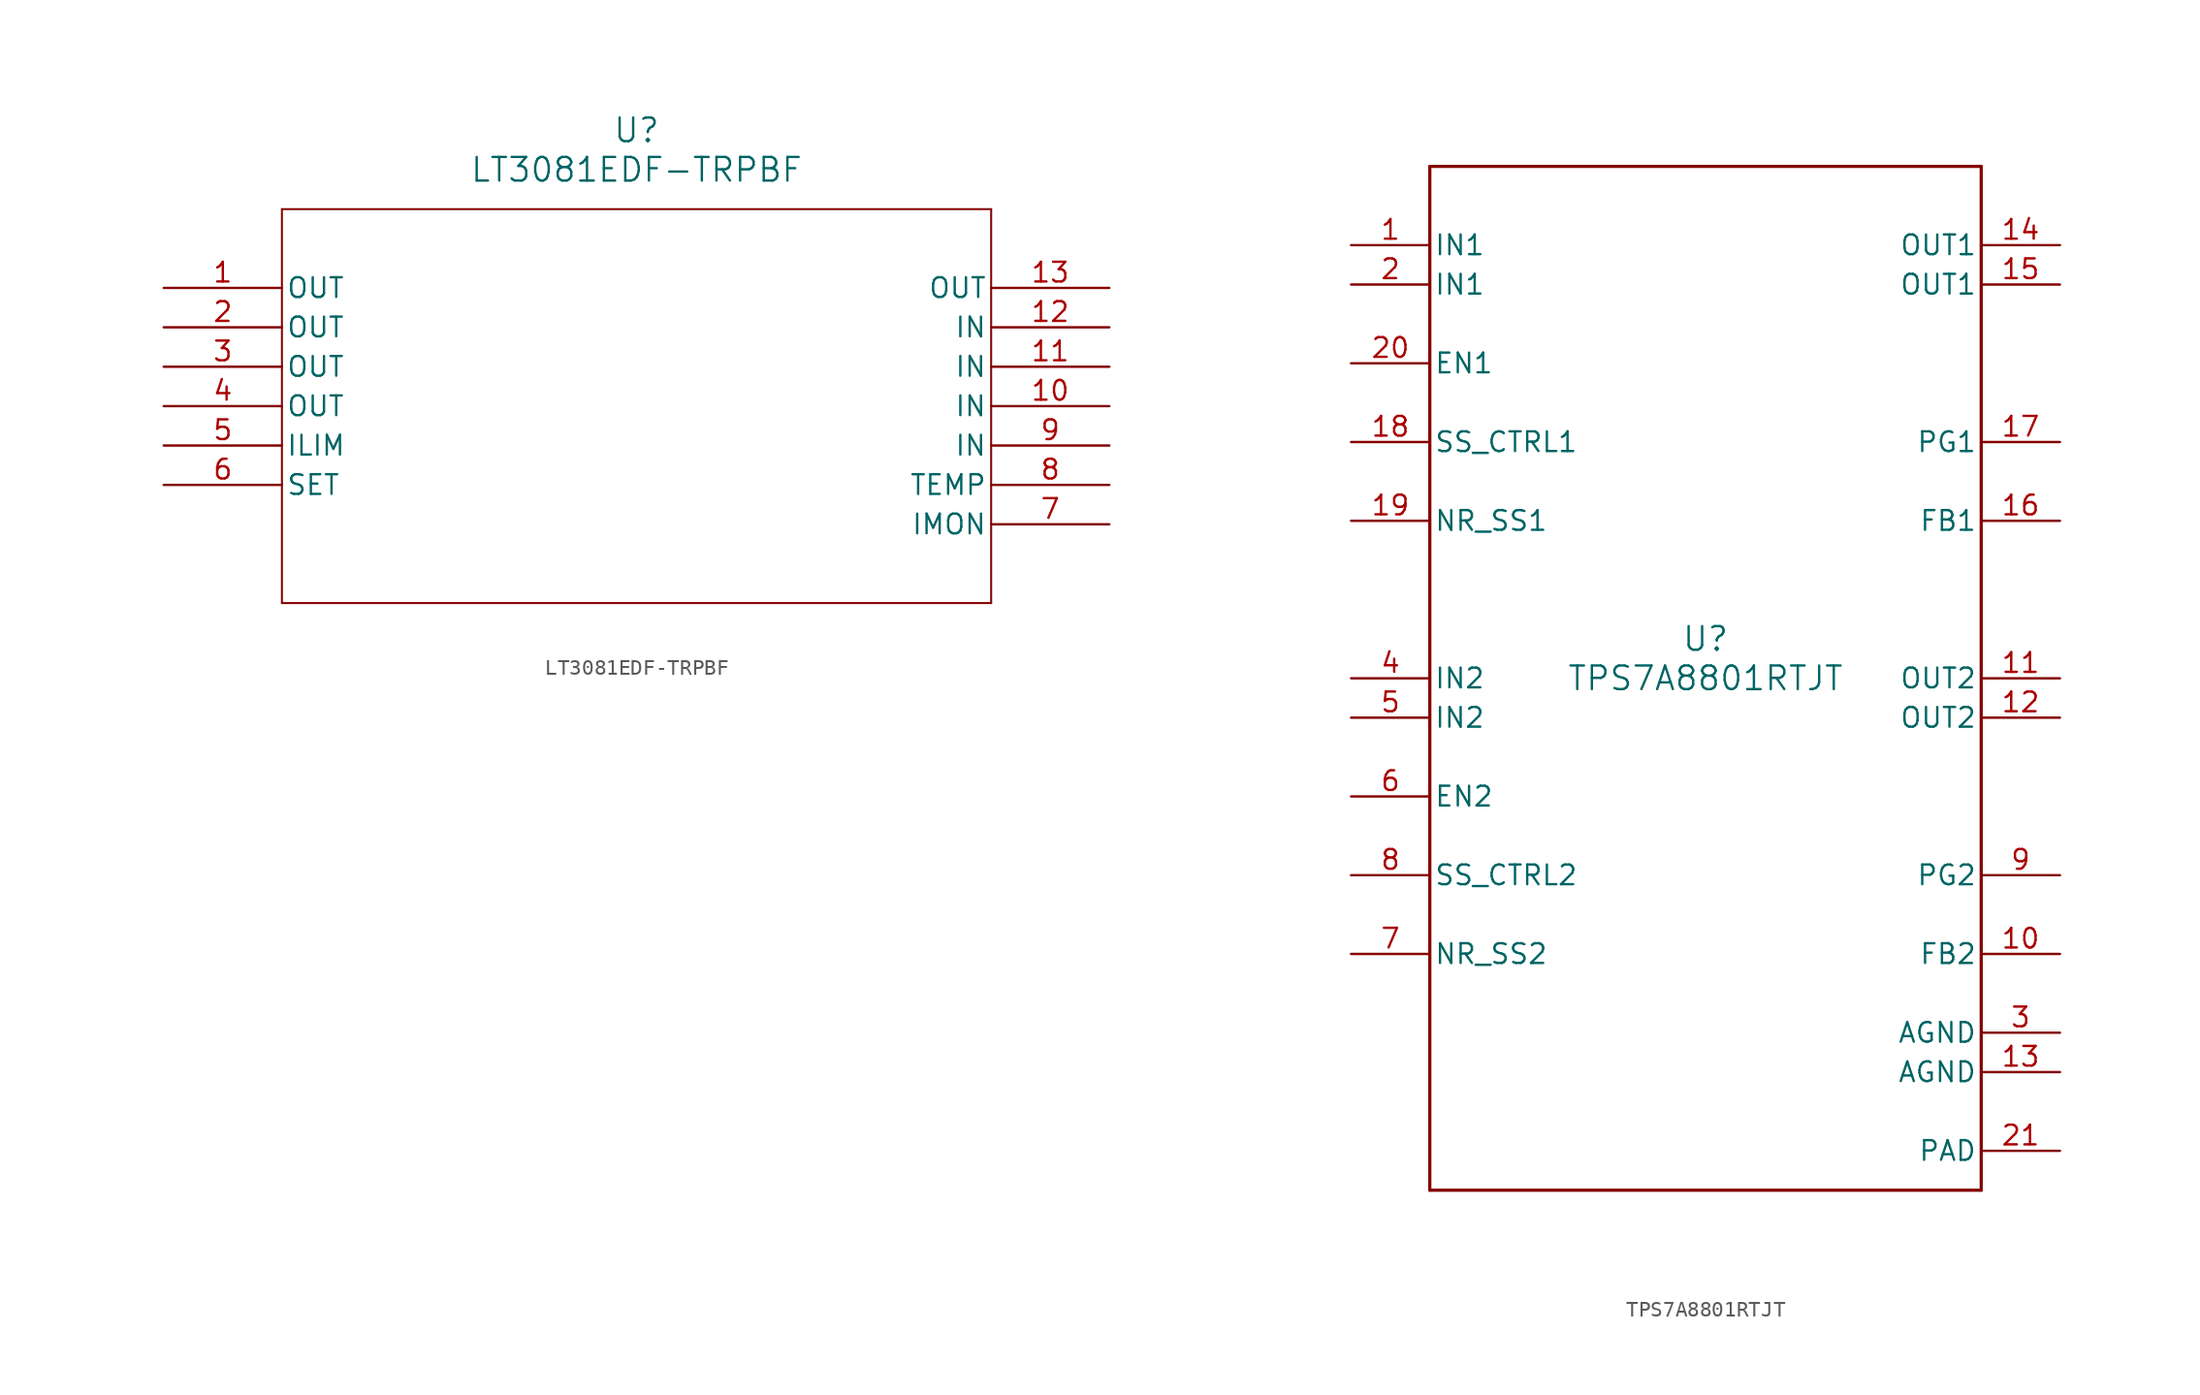
<source format=kicad_sym>
(kicad_symbol_lib
  (version 20241209)
  (generator "kicad_symbol_editor")
  (generator_version "9.0")
  (symbol "LT3081EDF-TRPBF"
    (pin_names
      (offset 0.254))
    (property "Reference" "U"
      (at 30.48 10.16 0)
      (effects (font (size 1.524 1.524))))
    (property "Value" "LT3081EDF-TRPBF"
      (at 30.48 7.62 0)
      (effects (font (size 1.524 1.524))))
    (property "ki_locked" ""
      (at 0 0 0)
      (effects (font (size 1.27 1.27))))
    (symbol "LT3081EDF-TRPBF_0_1"
      (polyline (pts (xy 7.62 5.08) (xy 7.62 -20.32)) (stroke (width 0.127) (type default)) (fill (type none)))
      (polyline (pts (xy 7.62 -20.32) (xy 53.34 -20.32)) (stroke (width 0.127) (type default)) (fill (type none)))
      (polyline (pts (xy 53.34 5.08) (xy 7.62 5.08)) (stroke (width 0.127) (type default)) (fill (type none)))
      (polyline (pts (xy 53.34 -20.32) (xy 53.34 5.08)) (stroke (width 0.127) (type default)) (fill (type none)))
      (pin output line (at 0 0 0) (length 7.62) (name "OUT" (effects (font (size 1.27 1.27)))) (number "1" (effects (font (size 1.27 1.27)))))
      (pin output line (at 0 -2.54 0) (length 7.62) (name "OUT" (effects (font (size 1.27 1.27)))) (number "2" (effects (font (size 1.27 1.27)))))
      (pin output line (at 0 -5.08 0) (length 7.62) (name "OUT" (effects (font (size 1.27 1.27)))) (number "3" (effects (font (size 1.27 1.27)))))
      (pin output line (at 0 -7.62 0) (length 7.62) (name "OUT" (effects (font (size 1.27 1.27)))) (number "4" (effects (font (size 1.27 1.27)))))
      (pin unspecified line (at 0 -10.16 0) (length 7.62) (name "ILIM" (effects (font (size 1.27 1.27)))) (number "5" (effects (font (size 1.27 1.27)))))
      (pin unspecified line (at 0 -12.7 0) (length 7.62) (name "SET" (effects (font (size 1.27 1.27)))) (number "6" (effects (font (size 1.27 1.27)))))
      (pin output line (at 60.96 0 180) (length 7.62) (name "OUT" (effects (font (size 1.27 1.27)))) (number "13" (effects (font (size 1.27 1.27)))))
      (pin input line (at 60.96 -2.54 180) (length 7.62) (name "IN" (effects (font (size 1.27 1.27)))) (number "12" (effects (font (size 1.27 1.27)))))
      (pin input line (at 60.96 -5.08 180) (length 7.62) (name "IN" (effects (font (size 1.27 1.27)))) (number "11" (effects (font (size 1.27 1.27)))))
      (pin input line (at 60.96 -7.62 180) (length 7.62) (name "IN" (effects (font (size 1.27 1.27)))) (number "10" (effects (font (size 1.27 1.27)))))
      (pin input line (at 60.96 -10.16 180) (length 7.62) (name "IN" (effects (font (size 1.27 1.27)))) (number "9" (effects (font (size 1.27 1.27)))))
      (pin unspecified line (at 60.96 -12.7 180) (length 7.62) (name "TEMP" (effects (font (size 1.27 1.27)))) (number "8" (effects (font (size 1.27 1.27)))))
      (pin unspecified line (at 60.96 -15.24 180) (length 7.62) (name "IMON" (effects (font (size 1.27 1.27)))) (number "7" (effects (font (size 1.27 1.27)))))))
  (symbol "TPS7A8801RTJT"
    (pin_names
      (offset 0.254))
    (property "Reference" "U"
      (at 0 2.54 0)
      (effects (font (size 1.524 1.524))))
    (property "Value" "TPS7A8801RTJT"
      (at 0 0 0)
      (effects (font (size 1.524 1.524))))
    (property "ki_locked" ""
      (at 0 0 0)
      (effects (font (size 1.27 1.27))))
    (symbol "TPS7A8801RTJT_0_1"
      (polyline (pts (xy -17.78 33.02) (xy -17.78 -33.02)) (stroke (width 0.203) (type default)) (fill (type none)))
      (polyline (pts (xy -17.78 -33.02) (xy 17.78 -33.02)) (stroke (width 0.203) (type default)) (fill (type none)))
      (polyline (pts (xy 17.78 33.02) (xy -17.78 33.02)) (stroke (width 0.203) (type default)) (fill (type none)))
      (polyline (pts (xy 17.78 -33.02) (xy 17.78 33.02)) (stroke (width 0.203) (type default)) (fill (type none)))
      (pin power_in line (at -22.86 27.94 0) (length 5.08) (name "IN1" (effects (font (size 1.27 1.27)))) (number "1" (effects (font (size 1.27 1.27)))))
      (pin power_in line (at -22.86 25.4 0) (length 5.08) (name "IN1" (effects (font (size 1.27 1.27)))) (number "2" (effects (font (size 1.27 1.27)))))
      (pin input line (at -22.86 20.32 0) (length 5.08) (name "EN1" (effects (font (size 1.27 1.27)))) (number "20" (effects (font (size 1.27 1.27)))))
      (pin input line (at -22.86 15.24 0) (length 5.08) (name "SS_CTRL1" (effects (font (size 1.27 1.27)))) (number "18" (effects (font (size 1.27 1.27)))))
      (pin input line (at -22.86 10.16 0) (length 5.08) (name "NR_SS1" (effects (font (size 1.27 1.27)))) (number "19" (effects (font (size 1.27 1.27)))))
      (pin power_in line (at -22.86 0 0) (length 5.08) (name "IN2" (effects (font (size 1.27 1.27)))) (number "4" (effects (font (size 1.27 1.27)))))
      (pin power_in line (at -22.86 -2.54 0) (length 5.08) (name "IN2" (effects (font (size 1.27 1.27)))) (number "5" (effects (font (size 1.27 1.27)))))
      (pin input line (at -22.86 -7.62 0) (length 5.08) (name "EN2" (effects (font (size 1.27 1.27)))) (number "6" (effects (font (size 1.27 1.27)))))
      (pin input line (at -22.86 -12.7 0) (length 5.08) (name "SS_CTRL2" (effects (font (size 1.27 1.27)))) (number "8" (effects (font (size 1.27 1.27)))))
      (pin input line (at -22.86 -17.78 0) (length 5.08) (name "NR_SS2" (effects (font (size 1.27 1.27)))) (number "7" (effects (font (size 1.27 1.27)))))
      (pin power_in line (at 22.86 27.94 180) (length 5.08) (name "OUT1" (effects (font (size 1.27 1.27)))) (number "14" (effects (font (size 1.27 1.27)))))
      (pin power_in line (at 22.86 25.4 180) (length 5.08) (name "OUT1" (effects (font (size 1.27 1.27)))) (number "15" (effects (font (size 1.27 1.27)))))
      (pin output line (at 22.86 15.24 180) (length 5.08) (name "PG1" (effects (font (size 1.27 1.27)))) (number "17" (effects (font (size 1.27 1.27)))))
      (pin input line (at 22.86 10.16 180) (length 5.08) (name "FB1" (effects (font (size 1.27 1.27)))) (number "16" (effects (font (size 1.27 1.27)))))
      (pin power_in line (at 22.86 0 180) (length 5.08) (name "OUT2" (effects (font (size 1.27 1.27)))) (number "11" (effects (font (size 1.27 1.27)))))
      (pin power_in line (at 22.86 -2.54 180) (length 5.08) (name "OUT2" (effects (font (size 1.27 1.27)))) (number "12" (effects (font (size 1.27 1.27)))))
      (pin output line (at 22.86 -12.7 180) (length 5.08) (name "PG2" (effects (font (size 1.27 1.27)))) (number "9" (effects (font (size 1.27 1.27)))))
      (pin input line (at 22.86 -17.78 180) (length 5.08) (name "FB2" (effects (font (size 1.27 1.27)))) (number "10" (effects (font (size 1.27 1.27)))))
      (pin power_in line (at 22.86 -22.86 180) (length 5.08) (name "AGND" (effects (font (size 1.27 1.27)))) (number "3" (effects (font (size 1.27 1.27)))))
      (pin power_in line (at 22.86 -25.4 180) (length 5.08) (name "AGND" (effects (font (size 1.27 1.27)))) (number "13" (effects (font (size 1.27 1.27)))))
      (pin power_in line (at 22.86 -30.48 180) (length 5.08) (name "PAD" (effects (font (size 1.27 1.27)))) (number "21" (effects (font (size 1.27 1.27))))))))
</source>
